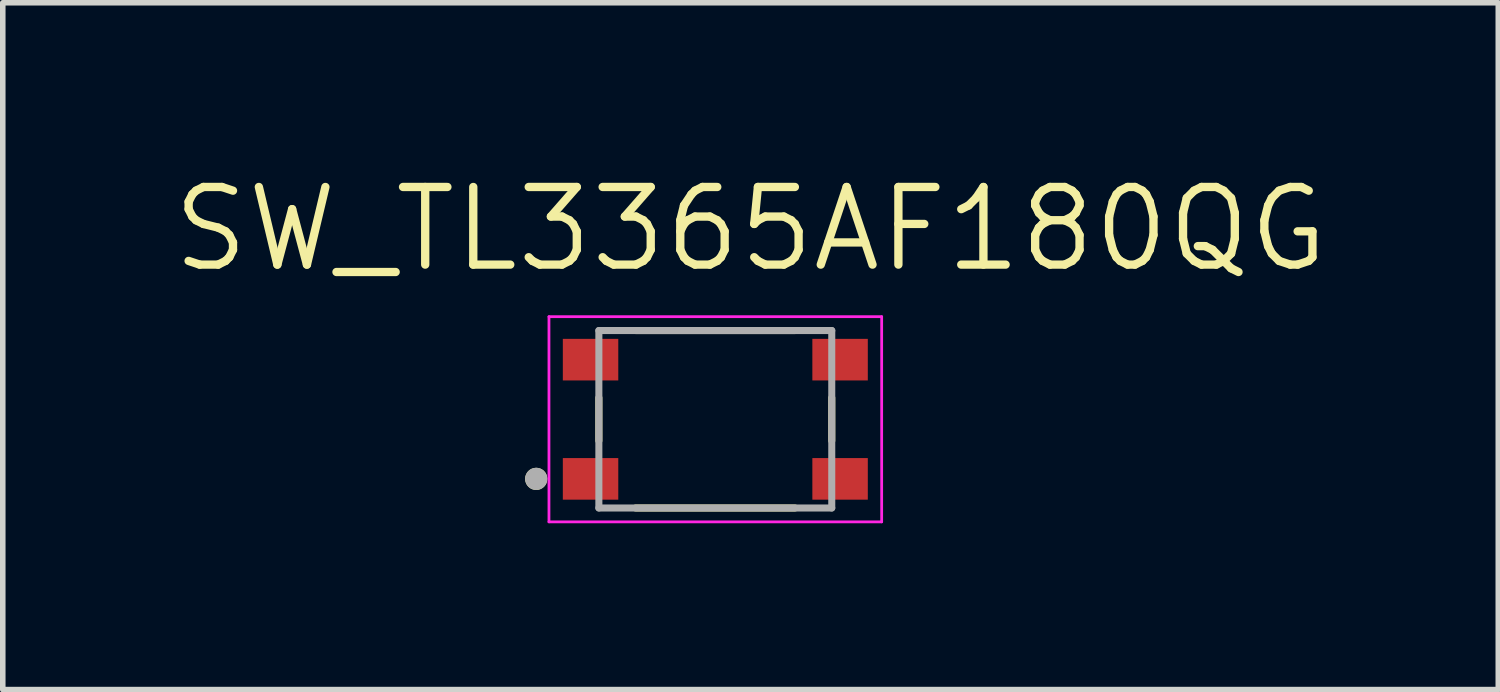
<source format=kicad_pcb>
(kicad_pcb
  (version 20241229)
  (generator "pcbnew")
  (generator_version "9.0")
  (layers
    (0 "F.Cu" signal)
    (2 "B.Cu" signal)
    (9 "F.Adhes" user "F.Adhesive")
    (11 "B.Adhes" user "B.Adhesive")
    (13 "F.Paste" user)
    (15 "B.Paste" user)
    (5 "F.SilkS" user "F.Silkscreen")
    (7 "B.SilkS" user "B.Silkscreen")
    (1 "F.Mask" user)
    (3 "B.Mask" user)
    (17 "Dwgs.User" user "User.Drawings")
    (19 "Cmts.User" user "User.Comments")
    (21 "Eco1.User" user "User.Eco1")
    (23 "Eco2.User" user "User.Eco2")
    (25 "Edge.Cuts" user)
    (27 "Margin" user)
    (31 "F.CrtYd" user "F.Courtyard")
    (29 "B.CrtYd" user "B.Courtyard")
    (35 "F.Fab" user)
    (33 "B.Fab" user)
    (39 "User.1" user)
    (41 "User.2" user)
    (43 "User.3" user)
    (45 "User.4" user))
  (footprint "SW_TL3365AF180QG"
    (layer "F.Cu")
    (at 9.85 4.511)
    (property "Reference" "SW_TL3365AF180QG" (at 0.635 -3.429 0) (layer "F.SilkS") (effects (font (size 1.4 1.4) (thickness 0.15))))
    (attr smd)
    (fp_line (start -2.1 -0.387) (end -2.1 0.387) (stroke (width 0.127) (type solid)) (layer "F.SilkS"))
    (fp_line (start -1.437 1.6) (end 1.437 1.6) (stroke (width 0.127) (type solid)) (layer "F.SilkS"))
    (fp_line (start 1.437 -1.6) (end -1.437 -1.6) (stroke (width 0.127) (type solid)) (layer "F.SilkS"))
    (fp_line (start 2.1 0.387) (end 2.1 -0.387) (stroke (width 0.127) (type solid)) (layer "F.SilkS"))
    (fp_circle (center -3.23 1.075) (end -3.13 1.075) (stroke (width 0.2) (type solid)) (fill no) (layer "F.SilkS"))
    (fp_line (start -3 -1.85) (end 3 -1.85) (stroke (width 0.05) (type solid)) (layer "F.CrtYd"))
    (fp_line (start -3 1.85) (end -3 -1.85) (stroke (width 0.05) (type solid)) (layer "F.CrtYd"))
    (fp_line (start 3 -1.85) (end 3 1.85) (stroke (width 0.05) (type solid)) (layer "F.CrtYd"))
    (fp_line (start 3 1.85) (end -3 1.85) (stroke (width 0.05) (type solid)) (layer "F.CrtYd"))
    (fp_line (start -2.1 -1.6) (end 2.1 -1.6) (stroke (width 0.127) (type solid)) (layer "F.Fab"))
    (fp_line (start -2.1 1.6) (end -2.1 -1.6) (stroke (width 0.127) (type solid)) (layer "F.Fab"))
    (fp_line (start 2.1 -1.6) (end 2.1 1.6) (stroke (width 0.127) (type solid)) (layer "F.Fab"))
    (fp_line (start 2.1 1.6) (end -2.1 1.6) (stroke (width 0.127) (type solid)) (layer "F.Fab"))
    (fp_circle (center -3.23 1.075) (end -3.13 1.075) (stroke (width 0.2) (type solid)) (fill no) (layer "F.Fab"))
    (pad "1" smd rect (at -2.25 1.075) (size 1 0.75) (layers "F.Cu" "F.Mask" "F.Paste"))
    (pad "1" smd rect (at 2.25 1.075) (size 1 0.75) (layers "F.Cu" "F.Mask" "F.Paste"))
    (pad "2" smd rect (at -2.25 -1.075) (size 1 0.75) (layers "F.Cu" "F.Mask" "F.Paste"))
    (pad "2" smd rect (at 2.25 -1.075) (size 1 0.75) (layers "F.Cu" "F.Mask" "F.Paste")))
  (gr_rect
    (start -3 -3)
    (end 23.97 9.386)
    (stroke (width 0.1) (type default))
    (fill no)
    (layer "Edge.Cuts")))
</source>
